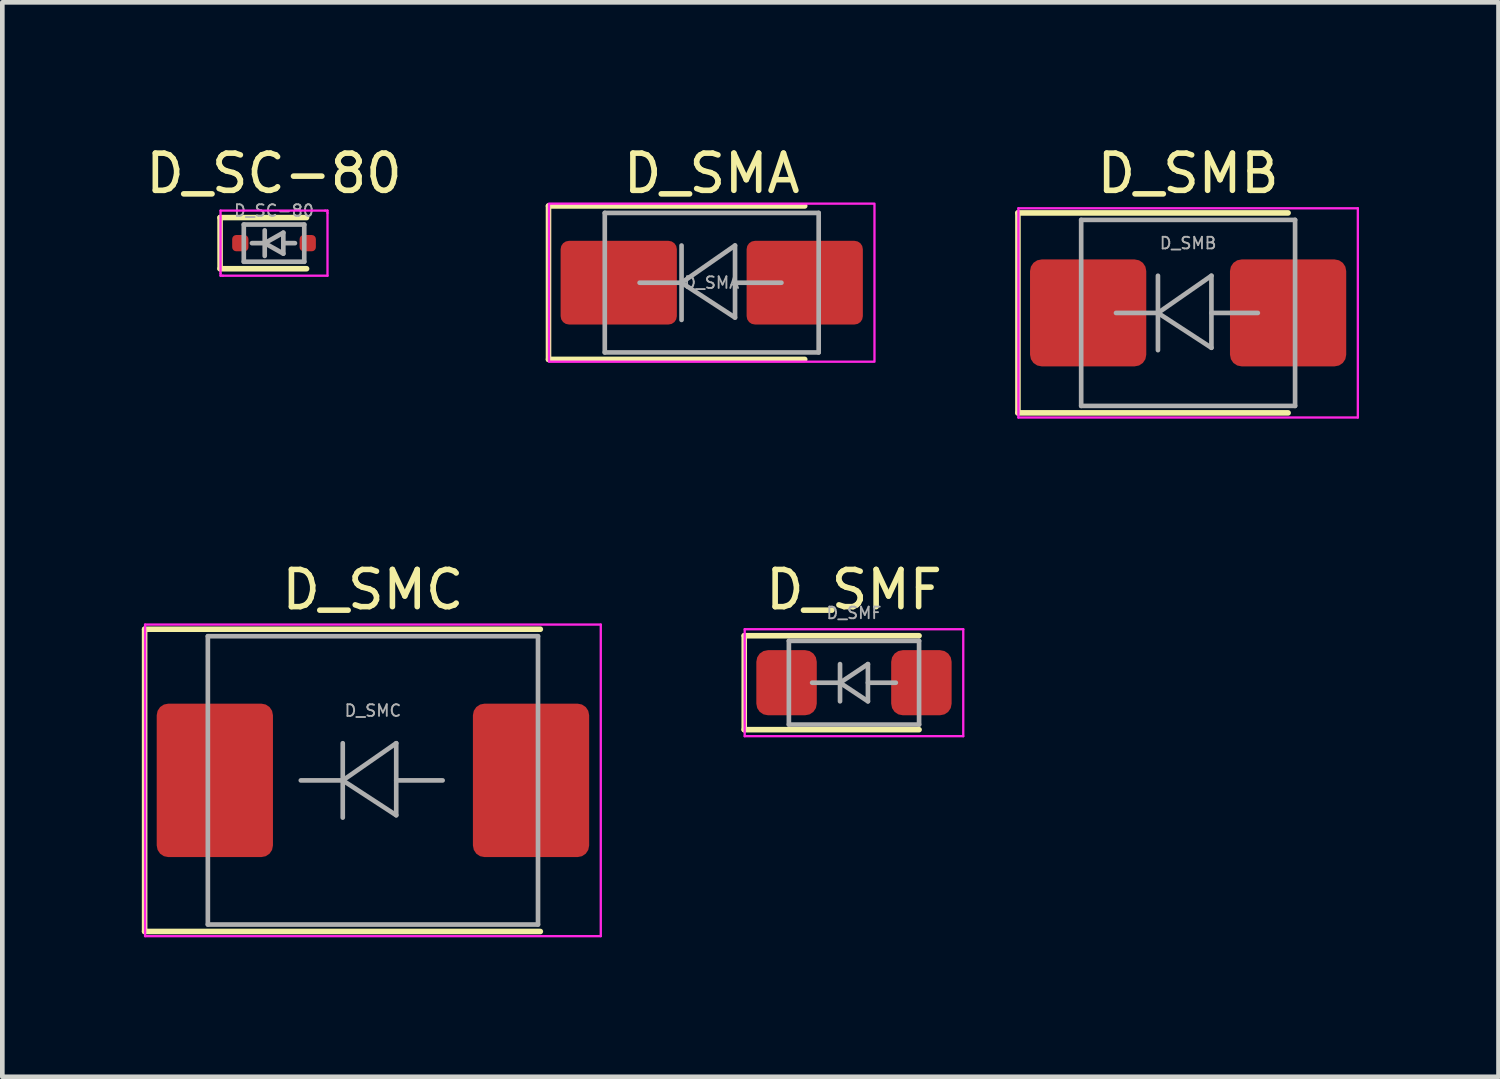
<source format=kicad_pcb>
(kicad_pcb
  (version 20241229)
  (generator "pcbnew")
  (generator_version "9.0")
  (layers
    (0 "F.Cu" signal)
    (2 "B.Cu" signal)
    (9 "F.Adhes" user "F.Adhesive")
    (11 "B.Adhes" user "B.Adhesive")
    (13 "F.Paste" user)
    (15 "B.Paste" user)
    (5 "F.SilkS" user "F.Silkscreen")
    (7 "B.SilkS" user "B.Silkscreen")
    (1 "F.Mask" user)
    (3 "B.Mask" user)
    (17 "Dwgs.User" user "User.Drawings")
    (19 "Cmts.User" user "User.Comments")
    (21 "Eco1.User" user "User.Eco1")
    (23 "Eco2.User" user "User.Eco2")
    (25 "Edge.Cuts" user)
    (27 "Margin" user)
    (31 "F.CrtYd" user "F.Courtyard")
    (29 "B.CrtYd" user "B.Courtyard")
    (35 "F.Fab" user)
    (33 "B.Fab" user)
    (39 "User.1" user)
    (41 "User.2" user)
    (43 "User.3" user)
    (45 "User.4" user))
  (footprint "D_SMF"
    (layer "F.Cu")
    (at 15.315 11.632)
    (property "Reference" "D_SMF" (at 0 -2 0) (layer "F.SilkS") (effects (font (size 0.8 0.8) (thickness 0.12))))
    (attr smd)
    (fp_line (start -2.36 -1.01) (end -2.36 1.01) (stroke (width 0.12) (type solid)) (layer "F.SilkS"))
    (fp_line (start -2.36 -1.01) (end 1.4 -1.01) (stroke (width 0.12) (type solid)) (layer "F.SilkS"))
    (fp_line (start -2.36 1.01) (end 1.4 1.01) (stroke (width 0.12) (type solid)) (layer "F.SilkS"))
    (fp_line (start -2.35 -1.15) (end 2.35 -1.15) (stroke (width 0.05) (type solid)) (layer "F.CrtYd"))
    (fp_line (start -2.35 1.15) (end -2.35 -1.15) (stroke (width 0.05) (type solid)) (layer "F.CrtYd"))
    (fp_line (start 2.35 -1.15) (end 2.35 1.15) (stroke (width 0.05) (type solid)) (layer "F.CrtYd"))
    (fp_line (start 2.35 1.15) (end -2.35 1.15) (stroke (width 0.05) (type solid)) (layer "F.CrtYd"))
    (fp_line (start -1.4 0.9) (end -1.4 -0.9) (stroke (width 0.1) (type solid)) (layer "F.Fab"))
    (fp_line (start -0.3 -0.4) (end -0.3 0.4) (stroke (width 0.1) (type solid)) (layer "F.Fab"))
    (fp_line (start -0.3 0) (end -0.9 0) (stroke (width 0.1) (type solid)) (layer "F.Fab"))
    (fp_line (start -0.3 0) (end 0.3 -0.4) (stroke (width 0.1) (type solid)) (layer "F.Fab"))
    (fp_line (start -0.3 0.001) (end 0.3 0.4) (stroke (width 0.1) (type solid)) (layer "F.Fab"))
    (fp_line (start 0.3 0) (end 0.9 0) (stroke (width 0.1) (type solid)) (layer "F.Fab"))
    (fp_line (start 0.3 0.4) (end 0.3 -0.4) (stroke (width 0.1) (type solid)) (layer "F.Fab"))
    (fp_line (start 1.4 -0.9) (end -1.4 -0.9) (stroke (width 0.1) (type solid)) (layer "F.Fab"))
    (fp_line (start 1.4 -0.9) (end 1.4 0.9) (stroke (width 0.1) (type solid)) (layer "F.Fab"))
    (fp_line (start 1.4 0.9) (end -1.4 0.9) (stroke (width 0.1) (type solid)) (layer "F.Fab"))
    (fp_text user "${REFERENCE}" (at 0 -1.5 0) (layer "F.Fab") (effects (font (size 0.25 0.25) (thickness 0.04))))
    (pad "1" smd roundrect (at -1.45 0) (size 1.3 1.4) (layers "F.Cu" "F.Mask" "F.Paste") (roundrect_rratio 0.192))
    (pad "2" smd roundrect (at 1.45 0) (size 1.3 1.4) (layers "F.Cu" "F.Mask" "F.Paste") (roundrect_rratio 0.192)))
  (footprint "D_SC-80"
    (layer "F.Cu")
    (at 2.843 2.179)
    (property "Reference" "D_SC-80" (at 0 -1.5 0) (layer "F.SilkS") (effects (font (size 0.8 0.8) (thickness 0.12))))
    (attr smd)
    (fp_line (start -1.16 -0.55) (end -1.16 0.55) (stroke (width 0.12) (type solid)) (layer "F.SilkS"))
    (fp_line (start -1.16 0.55) (end 0.7 0.55) (stroke (width 0.12) (type solid)) (layer "F.SilkS"))
    (fp_line (start 0.7 -0.55) (end -1.16 -0.55) (stroke (width 0.12) (type solid)) (layer "F.SilkS"))
    (fp_line (start -1.15 -0.7) (end 1.1 -0.7) (stroke (width 0.05) (type solid)) (layer "F.CrtYd"))
    (fp_line (start -1.15 0.65) (end -1.15 -0.7) (stroke (width 0.05) (type solid)) (layer "F.CrtYd"))
    (fp_line (start -1.15 0.65) (end -1.15 0.7) (stroke (width 0.05) (type solid)) (layer "F.CrtYd"))
    (fp_line (start -1.15 0.7) (end -1.1 0.7) (stroke (width 0.05) (type solid)) (layer "F.CrtYd"))
    (fp_line (start 1.1 -0.7) (end 1.15 -0.7) (stroke (width 0.05) (type solid)) (layer "F.CrtYd"))
    (fp_line (start 1.15 -0.7) (end 1.15 -0.65) (stroke (width 0.05) (type solid)) (layer "F.CrtYd"))
    (fp_line (start 1.15 -0.65) (end 1.15 0.7) (stroke (width 0.05) (type solid)) (layer "F.CrtYd"))
    (fp_line (start 1.15 0.7) (end -1.1 0.7) (stroke (width 0.05) (type solid)) (layer "F.CrtYd"))
    (fp_line (start -0.65 -0.4) (end 0.65 -0.4) (stroke (width 0.1) (type solid)) (layer "F.Fab"))
    (fp_line (start -0.65 0.4) (end -0.65 -0.4) (stroke (width 0.1) (type solid)) (layer "F.Fab"))
    (fp_line (start -0.2 -0.275) (end -0.2 0.275) (stroke (width 0.1) (type solid)) (layer "F.Fab"))
    (fp_line (start -0.2 0) (end -0.475 0) (stroke (width 0.1) (type solid)) (layer "F.Fab"))
    (fp_line (start -0.2 0) (end 0.2 -0.225) (stroke (width 0.1) (type solid)) (layer "F.Fab"))
    (fp_line (start 0.2 -0.225) (end 0.2 0.225) (stroke (width 0.1) (type solid)) (layer "F.Fab"))
    (fp_line (start 0.2 0) (end 0.45 0) (stroke (width 0.1) (type solid)) (layer "F.Fab"))
    (fp_line (start 0.2 0.225) (end -0.2 0) (stroke (width 0.1) (type solid)) (layer "F.Fab"))
    (fp_line (start 0.65 -0.4) (end 0.65 0.4) (stroke (width 0.1) (type solid)) (layer "F.Fab"))
    (fp_line (start 0.65 0.4) (end -0.65 0.4) (stroke (width 0.1) (type solid)) (layer "F.Fab"))
    (fp_text user "${REFERENCE}" (at 0 -0.7 0) (layer "F.Fab") (effects (font (size 0.25 0.25) (thickness 0.04))))
    (pad "1" smd roundrect (at -0.725 0) (size 0.35 0.35) (layers "F.Cu" "F.Mask" "F.Paste") (roundrect_rratio 0.25))
    (pad "2" smd roundrect (at 0.725 0) (size 0.35 0.35) (layers "F.Cu" "F.Mask" "F.Paste") (roundrect_rratio 0.25)))
  (footprint "D_SMC"
    (layer "F.Cu")
    (at 4.97 13.732)
    (property "Reference" "D_SMC" (at 0 -4.1 0) (layer "F.SilkS") (effects (font (size 0.8 0.8) (thickness 0.12))))
    (attr smd)
    (fp_line (start -4.91 -3.25) (end 3.6 -3.25) (stroke (width 0.12) (type solid)) (layer "F.SilkS"))
    (fp_line (start -4.91 3.25) (end -4.91 -3.25) (stroke (width 0.12) (type solid)) (layer "F.SilkS"))
    (fp_line (start -4.91 3.25) (end 3.6 3.25) (stroke (width 0.12) (type solid)) (layer "F.SilkS"))
    (fp_line (start -4.9 -3.35) (end 4.9 -3.35) (stroke (width 0.05) (type solid)) (layer "F.CrtYd"))
    (fp_line (start -4.9 3.35) (end -4.9 -3.35) (stroke (width 0.05) (type solid)) (layer "F.CrtYd"))
    (fp_line (start 4.9 -3.35) (end 4.9 3.35) (stroke (width 0.05) (type solid)) (layer "F.CrtYd"))
    (fp_line (start 4.9 3.35) (end -4.9 3.35) (stroke (width 0.05) (type solid)) (layer "F.CrtYd"))
    (fp_line (start -3.55 3.1) (end -3.55 -3.1) (stroke (width 0.1) (type solid)) (layer "F.Fab"))
    (fp_line (start -0.649 -0.799) (end -0.649 0.801) (stroke (width 0.1) (type solid)) (layer "F.Fab"))
    (fp_line (start -0.649 0.001) (end -1.551 0.001) (stroke (width 0.1) (type solid)) (layer "F.Fab"))
    (fp_line (start -0.649 0.001) (end 0.501 -0.799) (stroke (width 0.1) (type solid)) (layer "F.Fab"))
    (fp_line (start -0.649 0.001) (end 0.501 0.75) (stroke (width 0.1) (type solid)) (layer "F.Fab"))
    (fp_line (start 0.501 0.001) (end 1.499 0.001) (stroke (width 0.1) (type solid)) (layer "F.Fab"))
    (fp_line (start 0.501 0.75) (end 0.501 -0.799) (stroke (width 0.1) (type solid)) (layer "F.Fab"))
    (fp_line (start 3.55 -3.1) (end -3.55 -3.1) (stroke (width 0.1) (type solid)) (layer "F.Fab"))
    (fp_line (start 3.55 -3.1) (end 3.55 3.1) (stroke (width 0.1) (type solid)) (layer "F.Fab"))
    (fp_line (start 3.55 3.1) (end -3.55 3.1) (stroke (width 0.1) (type solid)) (layer "F.Fab"))
    (fp_text user "${REFERENCE}" (at 0 -1.5 0) (layer "F.Fab") (effects (font (size 0.25 0.25) (thickness 0.04))))
    (pad "1" smd roundrect (at -3.4 0 90) (size 3.3 2.5) (layers "F.Cu" "F.Mask" "F.Paste") (roundrect_rratio 0.1))
    (pad "2" smd roundrect (at 3.4 0 90) (size 3.3 2.5) (layers "F.Cu" "F.Mask" "F.Paste") (roundrect_rratio 0.1)))
  (footprint "D_SMA"
    (layer "F.Cu")
    (at 12.256 3.029)
    (property "Reference" "D_SMA" (at 0 -2.35 0) (layer "F.SilkS") (effects (font (size 0.8 0.8) (thickness 0.12))))
    (attr smd)
    (fp_line (start -3.51 -1.65) (end -3.51 1.65) (stroke (width 0.12) (type solid)) (layer "F.SilkS"))
    (fp_line (start -3.51 -1.65) (end 2 -1.65) (stroke (width 0.12) (type solid)) (layer "F.SilkS"))
    (fp_line (start -3.51 1.65) (end 2 1.65) (stroke (width 0.12) (type solid)) (layer "F.SilkS"))
    (fp_rect (start -3.5 -1.7) (end 3.5 1.7) (stroke (width 0.05) (type default)) (fill no) (layer "F.CrtYd"))
    (fp_line (start -2.3 1.5) (end -2.3 -1.5) (stroke (width 0.1) (type solid)) (layer "F.Fab"))
    (fp_line (start -0.649 -0.799) (end -0.649 0.801) (stroke (width 0.1) (type solid)) (layer "F.Fab"))
    (fp_line (start -0.649 0.001) (end -1.551 0.001) (stroke (width 0.1) (type solid)) (layer "F.Fab"))
    (fp_line (start -0.649 0.001) (end 0.501 -0.799) (stroke (width 0.1) (type solid)) (layer "F.Fab"))
    (fp_line (start -0.649 0.001) (end 0.501 0.75) (stroke (width 0.1) (type solid)) (layer "F.Fab"))
    (fp_line (start 0.501 0.001) (end 1.499 0.001) (stroke (width 0.1) (type solid)) (layer "F.Fab"))
    (fp_line (start 0.501 0.75) (end 0.501 -0.799) (stroke (width 0.1) (type solid)) (layer "F.Fab"))
    (fp_line (start 2.3 -1.5) (end -2.3 -1.5) (stroke (width 0.1) (type solid)) (layer "F.Fab"))
    (fp_line (start 2.3 -1.5) (end 2.3 1.5) (stroke (width 0.1) (type solid)) (layer "F.Fab"))
    (fp_line (start 2.3 1.5) (end -2.3 1.5) (stroke (width 0.1) (type solid)) (layer "F.Fab"))
    (fp_text user "${REFERENCE}" (at 0 0 0) (layer "F.Fab") (effects (font (size 0.25 0.25) (thickness 0.04))))
    (pad "1" smd roundrect (at -2 0) (size 2.5 1.8) (layers "F.Cu" "F.Mask" "F.Paste") (roundrect_rratio 0.1))
    (pad "2" smd roundrect (at 2 0) (size 2.5 1.8) (layers "F.Cu" "F.Mask" "F.Paste") (roundrect_rratio 0.1)))
  (footprint "D_SMB"
    (layer "F.Cu")
    (at 22.501 3.679)
    (property "Reference" "D_SMB" (at 0 -3 0) (layer "F.SilkS") (effects (font (size 0.8 0.8) (thickness 0.12))))
    (attr smd)
    (fp_line (start -3.66 -2.15) (end -3.66 2.15) (stroke (width 0.12) (type solid)) (layer "F.SilkS"))
    (fp_line (start -3.66 -2.15) (end 2.15 -2.15) (stroke (width 0.12) (type solid)) (layer "F.SilkS"))
    (fp_line (start -3.66 2.15) (end 2.15 2.15) (stroke (width 0.12) (type solid)) (layer "F.SilkS"))
    (fp_line (start -3.65 -2.25) (end 3.65 -2.25) (stroke (width 0.05) (type solid)) (layer "F.CrtYd"))
    (fp_line (start -3.65 2.25) (end -3.65 -2.25) (stroke (width 0.05) (type solid)) (layer "F.CrtYd"))
    (fp_line (start 3.65 -2.25) (end 3.65 2.25) (stroke (width 0.05) (type solid)) (layer "F.CrtYd"))
    (fp_line (start 3.65 2.25) (end -3.65 2.25) (stroke (width 0.05) (type solid)) (layer "F.CrtYd"))
    (fp_line (start -2.3 2) (end -2.3 -2) (stroke (width 0.1) (type solid)) (layer "F.Fab"))
    (fp_line (start -0.649 -0.799) (end -0.649 0.801) (stroke (width 0.1) (type solid)) (layer "F.Fab"))
    (fp_line (start -0.649 0.001) (end -1.551 0.001) (stroke (width 0.1) (type solid)) (layer "F.Fab"))
    (fp_line (start -0.649 0.001) (end 0.501 -0.799) (stroke (width 0.1) (type solid)) (layer "F.Fab"))
    (fp_line (start -0.649 0.001) (end 0.501 0.75) (stroke (width 0.1) (type solid)) (layer "F.Fab"))
    (fp_line (start 0.501 0.001) (end 1.499 0.001) (stroke (width 0.1) (type solid)) (layer "F.Fab"))
    (fp_line (start 0.501 0.75) (end 0.501 -0.799) (stroke (width 0.1) (type solid)) (layer "F.Fab"))
    (fp_line (start 2.3 -2) (end -2.3 -2) (stroke (width 0.1) (type solid)) (layer "F.Fab"))
    (fp_line (start 2.3 -2) (end 2.3 2) (stroke (width 0.1) (type solid)) (layer "F.Fab"))
    (fp_line (start 2.3 2) (end -2.3 2) (stroke (width 0.1) (type solid)) (layer "F.Fab"))
    (fp_text user "${REFERENCE}" (at 0 -1.5 0) (layer "F.Fab") (effects (font (size 0.25 0.25) (thickness 0.04))))
    (pad "1" smd roundrect (at -2.15 0) (size 2.5 2.3) (layers "F.Cu" "F.Mask" "F.Paste") (roundrect_rratio 0.109))
    (pad "2" smd roundrect (at 2.15 0) (size 2.5 2.3) (layers "F.Cu" "F.Mask" "F.Paste") (roundrect_rratio 0.109)))
  (gr_rect
    (start -3 -3)
    (end 29.176 20.107)
    (stroke (width 0.1) (type default))
    (fill no)
    (layer "Edge.Cuts")))
</source>
